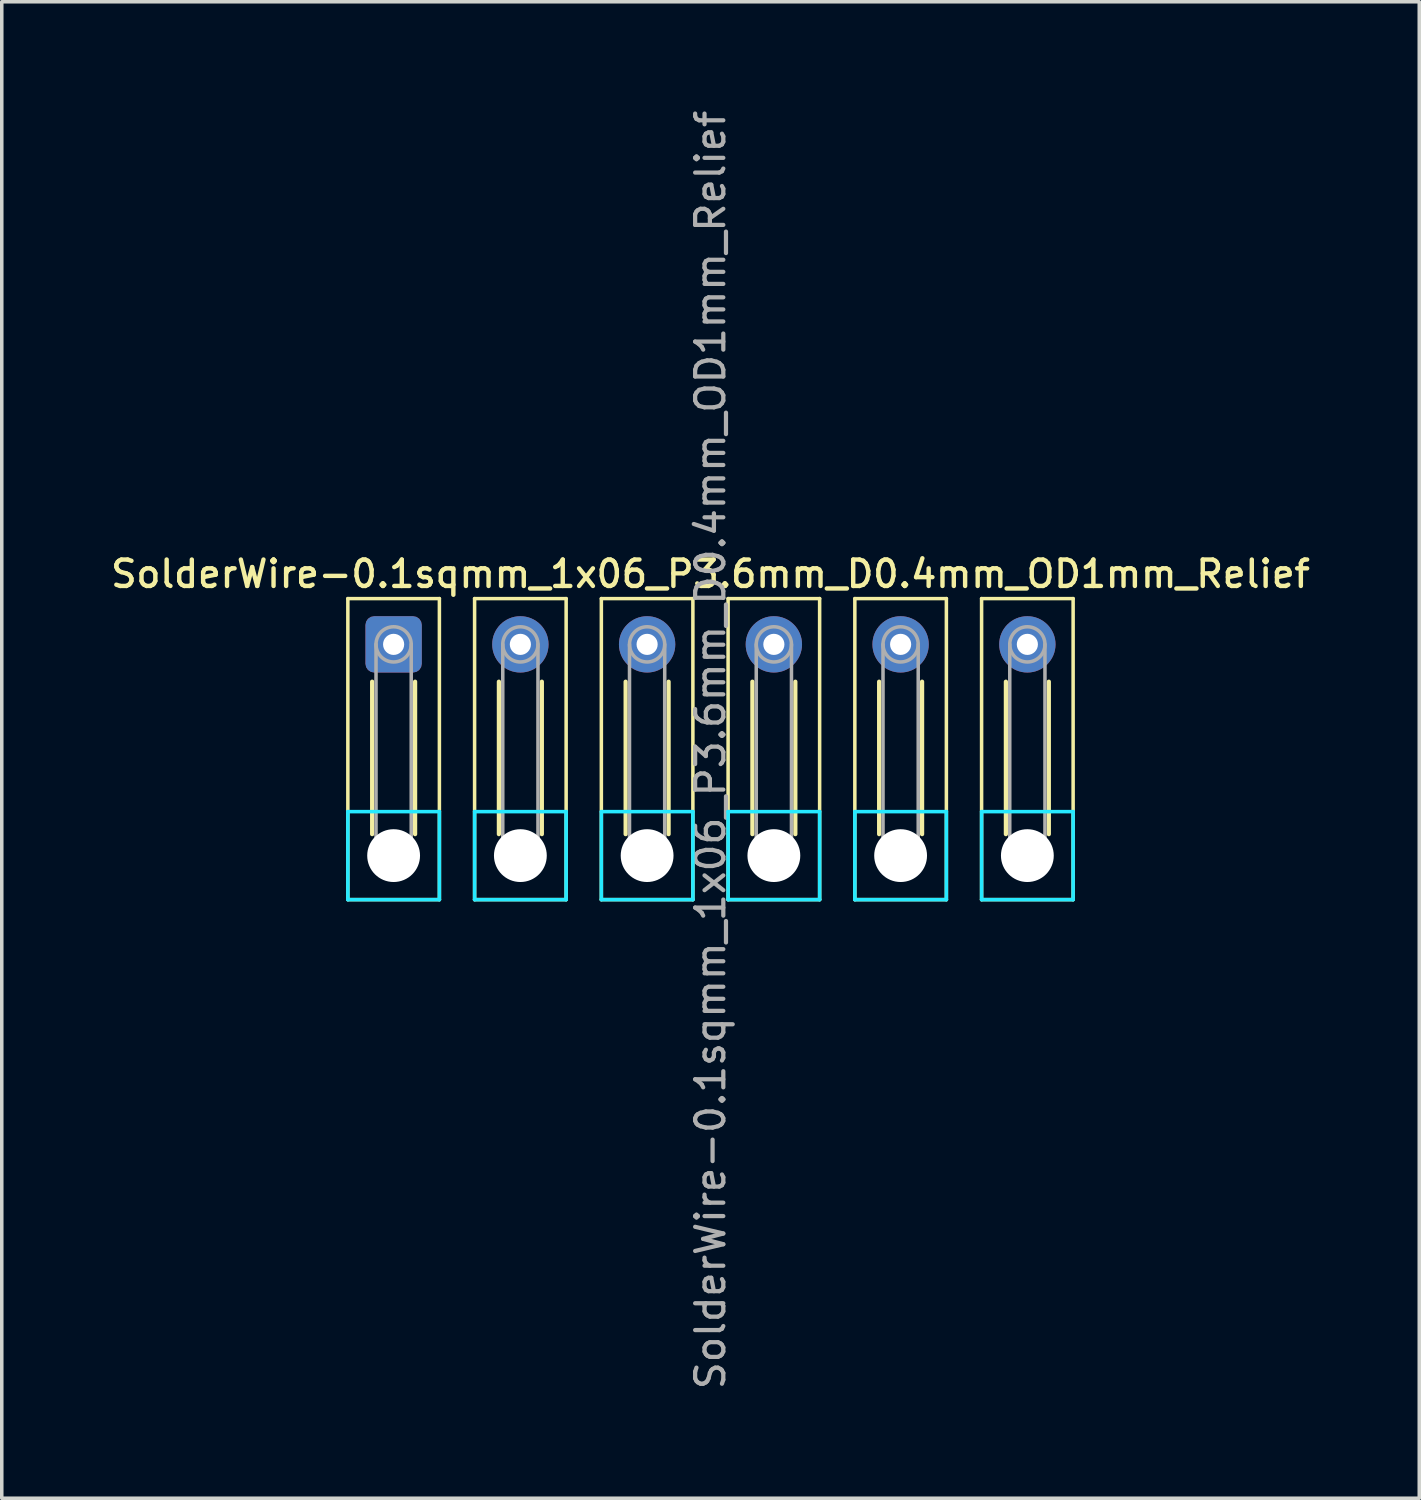
<source format=kicad_pcb>
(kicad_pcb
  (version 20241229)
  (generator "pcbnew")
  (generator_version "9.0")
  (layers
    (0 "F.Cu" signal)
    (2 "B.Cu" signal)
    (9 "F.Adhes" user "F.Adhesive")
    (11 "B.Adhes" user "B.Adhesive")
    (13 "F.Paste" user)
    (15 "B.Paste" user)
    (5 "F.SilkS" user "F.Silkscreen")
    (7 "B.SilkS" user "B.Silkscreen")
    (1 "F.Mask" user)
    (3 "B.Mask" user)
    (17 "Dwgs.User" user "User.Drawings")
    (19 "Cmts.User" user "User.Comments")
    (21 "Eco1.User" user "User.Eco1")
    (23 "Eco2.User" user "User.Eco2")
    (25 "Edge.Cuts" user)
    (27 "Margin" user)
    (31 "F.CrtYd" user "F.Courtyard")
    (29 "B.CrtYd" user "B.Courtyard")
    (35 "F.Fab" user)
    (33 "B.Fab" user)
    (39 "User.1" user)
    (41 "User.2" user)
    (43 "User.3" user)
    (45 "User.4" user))
  (footprint "SolderWire-0.1sqmm_1x06_P3.6mm_D0.4mm_OD1mm_Relief"
    (layer "F.Cu")
    (at 8.13 15.252)
    (property "Reference" "SolderWire-0.1sqmm_1x06_P3.6mm_D0.4mm_OD1mm_Relief" (at 9 -2 0) (layer "F.SilkS") (effects (font (size 0.75 0.75) (thickness 0.125))))
    (attr exclude_from_pos_files exclude_from_bom)
    (fp_line (start -1.3 -1.3) (end -1.3 7.25) (stroke (width 0.1) (type solid)) (layer "F.SilkS"))
    (fp_line (start -1.3 7.25) (end 1.3 7.25) (stroke (width 0.1) (type solid)) (layer "F.SilkS"))
    (fp_line (start -0.61 1.06) (end -0.61 5.39) (stroke (width 0.12) (type solid)) (layer "F.SilkS"))
    (fp_line (start 0.61 1.06) (end 0.61 5.39) (stroke (width 0.12) (type solid)) (layer "F.SilkS"))
    (fp_line (start 1.3 -1.3) (end -1.3 -1.3) (stroke (width 0.1) (type solid)) (layer "F.SilkS"))
    (fp_line (start 1.3 7.25) (end 1.3 -1.3) (stroke (width 0.1) (type solid)) (layer "F.SilkS"))
    (fp_line (start 2.3 -1.3) (end 2.3 7.25) (stroke (width 0.1) (type solid)) (layer "F.SilkS"))
    (fp_line (start 2.3 7.25) (end 4.9 7.25) (stroke (width 0.1) (type solid)) (layer "F.SilkS"))
    (fp_line (start 2.99 1.06) (end 2.99 5.39) (stroke (width 0.12) (type solid)) (layer "F.SilkS"))
    (fp_line (start 4.21 1.06) (end 4.21 5.39) (stroke (width 0.12) (type solid)) (layer "F.SilkS"))
    (fp_line (start 4.9 -1.3) (end 2.3 -1.3) (stroke (width 0.1) (type solid)) (layer "F.SilkS"))
    (fp_line (start 4.9 7.25) (end 4.9 -1.3) (stroke (width 0.1) (type solid)) (layer "F.SilkS"))
    (fp_line (start 5.9 -1.3) (end 5.9 7.25) (stroke (width 0.1) (type solid)) (layer "F.SilkS"))
    (fp_line (start 5.9 7.25) (end 8.5 7.25) (stroke (width 0.1) (type solid)) (layer "F.SilkS"))
    (fp_line (start 6.59 1.06) (end 6.59 5.39) (stroke (width 0.12) (type solid)) (layer "F.SilkS"))
    (fp_line (start 7.81 1.06) (end 7.81 5.39) (stroke (width 0.12) (type solid)) (layer "F.SilkS"))
    (fp_line (start 8.5 -1.3) (end 5.9 -1.3) (stroke (width 0.1) (type solid)) (layer "F.SilkS"))
    (fp_line (start 8.5 7.25) (end 8.5 -1.3) (stroke (width 0.1) (type solid)) (layer "F.SilkS"))
    (fp_line (start 9.5 -1.3) (end 9.5 7.25) (stroke (width 0.1) (type solid)) (layer "F.SilkS"))
    (fp_line (start 9.5 7.25) (end 12.1 7.25) (stroke (width 0.1) (type solid)) (layer "F.SilkS"))
    (fp_line (start 10.19 1.06) (end 10.19 5.39) (stroke (width 0.12) (type solid)) (layer "F.SilkS"))
    (fp_line (start 11.41 1.06) (end 11.41 5.39) (stroke (width 0.12) (type solid)) (layer "F.SilkS"))
    (fp_line (start 12.1 -1.3) (end 9.5 -1.3) (stroke (width 0.1) (type solid)) (layer "F.SilkS"))
    (fp_line (start 12.1 7.25) (end 12.1 -1.3) (stroke (width 0.1) (type solid)) (layer "F.SilkS"))
    (fp_line (start 13.1 -1.3) (end 13.1 7.25) (stroke (width 0.1) (type solid)) (layer "F.SilkS"))
    (fp_line (start 13.1 7.25) (end 15.7 7.25) (stroke (width 0.1) (type solid)) (layer "F.SilkS"))
    (fp_line (start 13.79 1.06) (end 13.79 5.39) (stroke (width 0.12) (type solid)) (layer "F.SilkS"))
    (fp_line (start 15.01 1.06) (end 15.01 5.39) (stroke (width 0.12) (type solid)) (layer "F.SilkS"))
    (fp_line (start 15.7 -1.3) (end 13.1 -1.3) (stroke (width 0.1) (type solid)) (layer "F.SilkS"))
    (fp_line (start 15.7 7.25) (end 15.7 -1.3) (stroke (width 0.1) (type solid)) (layer "F.SilkS"))
    (fp_line (start 16.7 -1.3) (end 16.7 7.25) (stroke (width 0.1) (type solid)) (layer "F.SilkS"))
    (fp_line (start 16.7 7.25) (end 19.3 7.25) (stroke (width 0.1) (type solid)) (layer "F.SilkS"))
    (fp_line (start 17.39 1.06) (end 17.39 5.39) (stroke (width 0.12) (type solid)) (layer "F.SilkS"))
    (fp_line (start 18.61 1.06) (end 18.61 5.39) (stroke (width 0.12) (type solid)) (layer "F.SilkS"))
    (fp_line (start 19.3 -1.3) (end 16.7 -1.3) (stroke (width 0.1) (type solid)) (layer "F.SilkS"))
    (fp_line (start 19.3 7.25) (end 19.3 -1.3) (stroke (width 0.1) (type solid)) (layer "F.SilkS"))
    (fp_line (start -1.3 4.75) (end -1.3 7.25) (stroke (width 0.1) (type solid)) (layer "B.CrtYd"))
    (fp_line (start -1.3 7.25) (end 1.3 7.25) (stroke (width 0.1) (type solid)) (layer "B.CrtYd"))
    (fp_line (start 1.3 4.75) (end -1.3 4.75) (stroke (width 0.1) (type solid)) (layer "B.CrtYd"))
    (fp_line (start 1.3 7.25) (end 1.3 4.75) (stroke (width 0.1) (type solid)) (layer "B.CrtYd"))
    (fp_line (start 2.3 4.75) (end 2.3 7.25) (stroke (width 0.1) (type solid)) (layer "B.CrtYd"))
    (fp_line (start 2.3 7.25) (end 4.9 7.25) (stroke (width 0.1) (type solid)) (layer "B.CrtYd"))
    (fp_line (start 4.9 4.75) (end 2.3 4.75) (stroke (width 0.1) (type solid)) (layer "B.CrtYd"))
    (fp_line (start 4.9 7.25) (end 4.9 4.75) (stroke (width 0.1) (type solid)) (layer "B.CrtYd"))
    (fp_line (start 5.9 4.75) (end 5.9 7.25) (stroke (width 0.1) (type solid)) (layer "B.CrtYd"))
    (fp_line (start 5.9 7.25) (end 8.5 7.25) (stroke (width 0.1) (type solid)) (layer "B.CrtYd"))
    (fp_line (start 8.5 4.75) (end 5.9 4.75) (stroke (width 0.1) (type solid)) (layer "B.CrtYd"))
    (fp_line (start 8.5 7.25) (end 8.5 4.75) (stroke (width 0.1) (type solid)) (layer "B.CrtYd"))
    (fp_line (start 9.5 4.75) (end 9.5 7.25) (stroke (width 0.1) (type solid)) (layer "B.CrtYd"))
    (fp_line (start 9.5 7.25) (end 12.1 7.25) (stroke (width 0.1) (type solid)) (layer "B.CrtYd"))
    (fp_line (start 12.1 4.75) (end 9.5 4.75) (stroke (width 0.1) (type solid)) (layer "B.CrtYd"))
    (fp_line (start 12.1 7.25) (end 12.1 4.75) (stroke (width 0.1) (type solid)) (layer "B.CrtYd"))
    (fp_line (start 13.1 4.75) (end 13.1 7.25) (stroke (width 0.1) (type solid)) (layer "B.CrtYd"))
    (fp_line (start 13.1 7.25) (end 15.7 7.25) (stroke (width 0.1) (type solid)) (layer "B.CrtYd"))
    (fp_line (start 15.7 4.75) (end 13.1 4.75) (stroke (width 0.1) (type solid)) (layer "B.CrtYd"))
    (fp_line (start 15.7 7.25) (end 15.7 4.75) (stroke (width 0.1) (type solid)) (layer "B.CrtYd"))
    (fp_line (start 16.7 4.75) (end 16.7 7.25) (stroke (width 0.1) (type solid)) (layer "B.CrtYd"))
    (fp_line (start 16.7 7.25) (end 19.3 7.25) (stroke (width 0.1) (type solid)) (layer "B.CrtYd"))
    (fp_line (start 19.3 4.75) (end 16.7 4.75) (stroke (width 0.1) (type solid)) (layer "B.CrtYd"))
    (fp_line (start 19.3 7.25) (end 19.3 4.75) (stroke (width 0.1) (type solid)) (layer "B.CrtYd"))
    (fp_line (start -0.5 0) (end -0.5 6) (stroke (width 0.1) (type solid)) (layer "F.Fab"))
    (fp_line (start 0.5 0) (end 0.5 6) (stroke (width 0.1) (type solid)) (layer "F.Fab"))
    (fp_line (start 3.1 0) (end 3.1 6) (stroke (width 0.1) (type solid)) (layer "F.Fab"))
    (fp_line (start 4.1 0) (end 4.1 6) (stroke (width 0.1) (type solid)) (layer "F.Fab"))
    (fp_line (start 6.7 0) (end 6.7 6) (stroke (width 0.1) (type solid)) (layer "F.Fab"))
    (fp_line (start 7.7 0) (end 7.7 6) (stroke (width 0.1) (type solid)) (layer "F.Fab"))
    (fp_line (start 10.3 0) (end 10.3 6) (stroke (width 0.1) (type solid)) (layer "F.Fab"))
    (fp_line (start 11.3 0) (end 11.3 6) (stroke (width 0.1) (type solid)) (layer "F.Fab"))
    (fp_line (start 13.9 0) (end 13.9 6) (stroke (width 0.1) (type solid)) (layer "F.Fab"))
    (fp_line (start 14.9 0) (end 14.9 6) (stroke (width 0.1) (type solid)) (layer "F.Fab"))
    (fp_line (start 17.5 0) (end 17.5 6) (stroke (width 0.1) (type solid)) (layer "F.Fab"))
    (fp_line (start 18.5 0) (end 18.5 6) (stroke (width 0.1) (type solid)) (layer "F.Fab"))
    (fp_circle (center 0 0) (end 0.5 0) (stroke (width 0.1) (type solid)) (fill no) (layer "F.Fab"))
    (fp_circle (center 0 6) (end 0.5 6) (stroke (width 0.1) (type solid)) (fill no) (layer "F.Fab"))
    (fp_circle (center 3.6 0) (end 4.1 0) (stroke (width 0.1) (type solid)) (fill no) (layer "F.Fab"))
    (fp_circle (center 3.6 6) (end 4.1 6) (stroke (width 0.1) (type solid)) (fill no) (layer "F.Fab"))
    (fp_circle (center 7.2 0) (end 7.7 0) (stroke (width 0.1) (type solid)) (fill no) (layer "F.Fab"))
    (fp_circle (center 7.2 6) (end 7.7 6) (stroke (width 0.1) (type solid)) (fill no) (layer "F.Fab"))
    (fp_circle (center 10.8 0) (end 11.3 0) (stroke (width 0.1) (type solid)) (fill no) (layer "F.Fab"))
    (fp_circle (center 10.8 6) (end 11.3 6) (stroke (width 0.1) (type solid)) (fill no) (layer "F.Fab"))
    (fp_circle (center 14.4 0) (end 14.9 0) (stroke (width 0.1) (type solid)) (fill no) (layer "F.Fab"))
    (fp_circle (center 14.4 6) (end 14.9 6) (stroke (width 0.1) (type solid)) (fill no) (layer "F.Fab"))
    (fp_circle (center 18 0) (end 18.5 0) (stroke (width 0.1) (type solid)) (fill no) (layer "F.Fab"))
    (fp_circle (center 18 6) (end 18.5 6) (stroke (width 0.1) (type solid)) (fill no) (layer "F.Fab"))
    (fp_text user "${REFERENCE}" (at 9 3 90) (layer "F.Fab") (effects (font (size 0.8 0.8) (thickness 0.12))))
    (pad "" np_thru_hole circle (at 0 6) (size 1.5 1.5) (drill 1.5) (layers "*.Cu" "*.Mask"))
    (pad "" np_thru_hole circle (at 3.6 6) (size 1.5 1.5) (drill 1.5) (layers "*.Cu" "*.Mask"))
    (pad "" np_thru_hole circle (at 7.2 6) (size 1.5 1.5) (drill 1.5) (layers "*.Cu" "*.Mask"))
    (pad "" np_thru_hole circle (at 10.8 6) (size 1.5 1.5) (drill 1.5) (layers "*.Cu" "*.Mask"))
    (pad "" np_thru_hole circle (at 14.4 6) (size 1.5 1.5) (drill 1.5) (layers "*.Cu" "*.Mask"))
    (pad "" np_thru_hole circle (at 18 6) (size 1.5 1.5) (drill 1.5) (layers "*.Cu" "*.Mask"))
    (pad "1" thru_hole roundrect (at 0 0) (size 1.6 1.6) (drill 0.6) (layers "*.Cu" "*.Mask") (roundrect_rratio 0.156))
    (pad "2" thru_hole circle (at 3.6 0) (size 1.6 1.6) (drill 0.6) (layers "*.Cu" "*.Mask"))
    (pad "3" thru_hole circle (at 7.2 0) (size 1.6 1.6) (drill 0.6) (layers "*.Cu" "*.Mask"))
    (pad "4" thru_hole circle (at 10.8 0) (size 1.6 1.6) (drill 0.6) (layers "*.Cu" "*.Mask"))
    (pad "5" thru_hole circle (at 14.4 0) (size 1.6 1.6) (drill 0.6) (layers "*.Cu" "*.Mask"))
    (pad "6" thru_hole circle (at 18 0) (size 1.6 1.6) (drill 0.6) (layers "*.Cu" "*.Mask")))
  (gr_rect
    (start -3 -3)
    (end 37.261 39.505)
    (stroke (width 0.1) (type default))
    (fill no)
    (layer "Edge.Cuts")))
</source>
